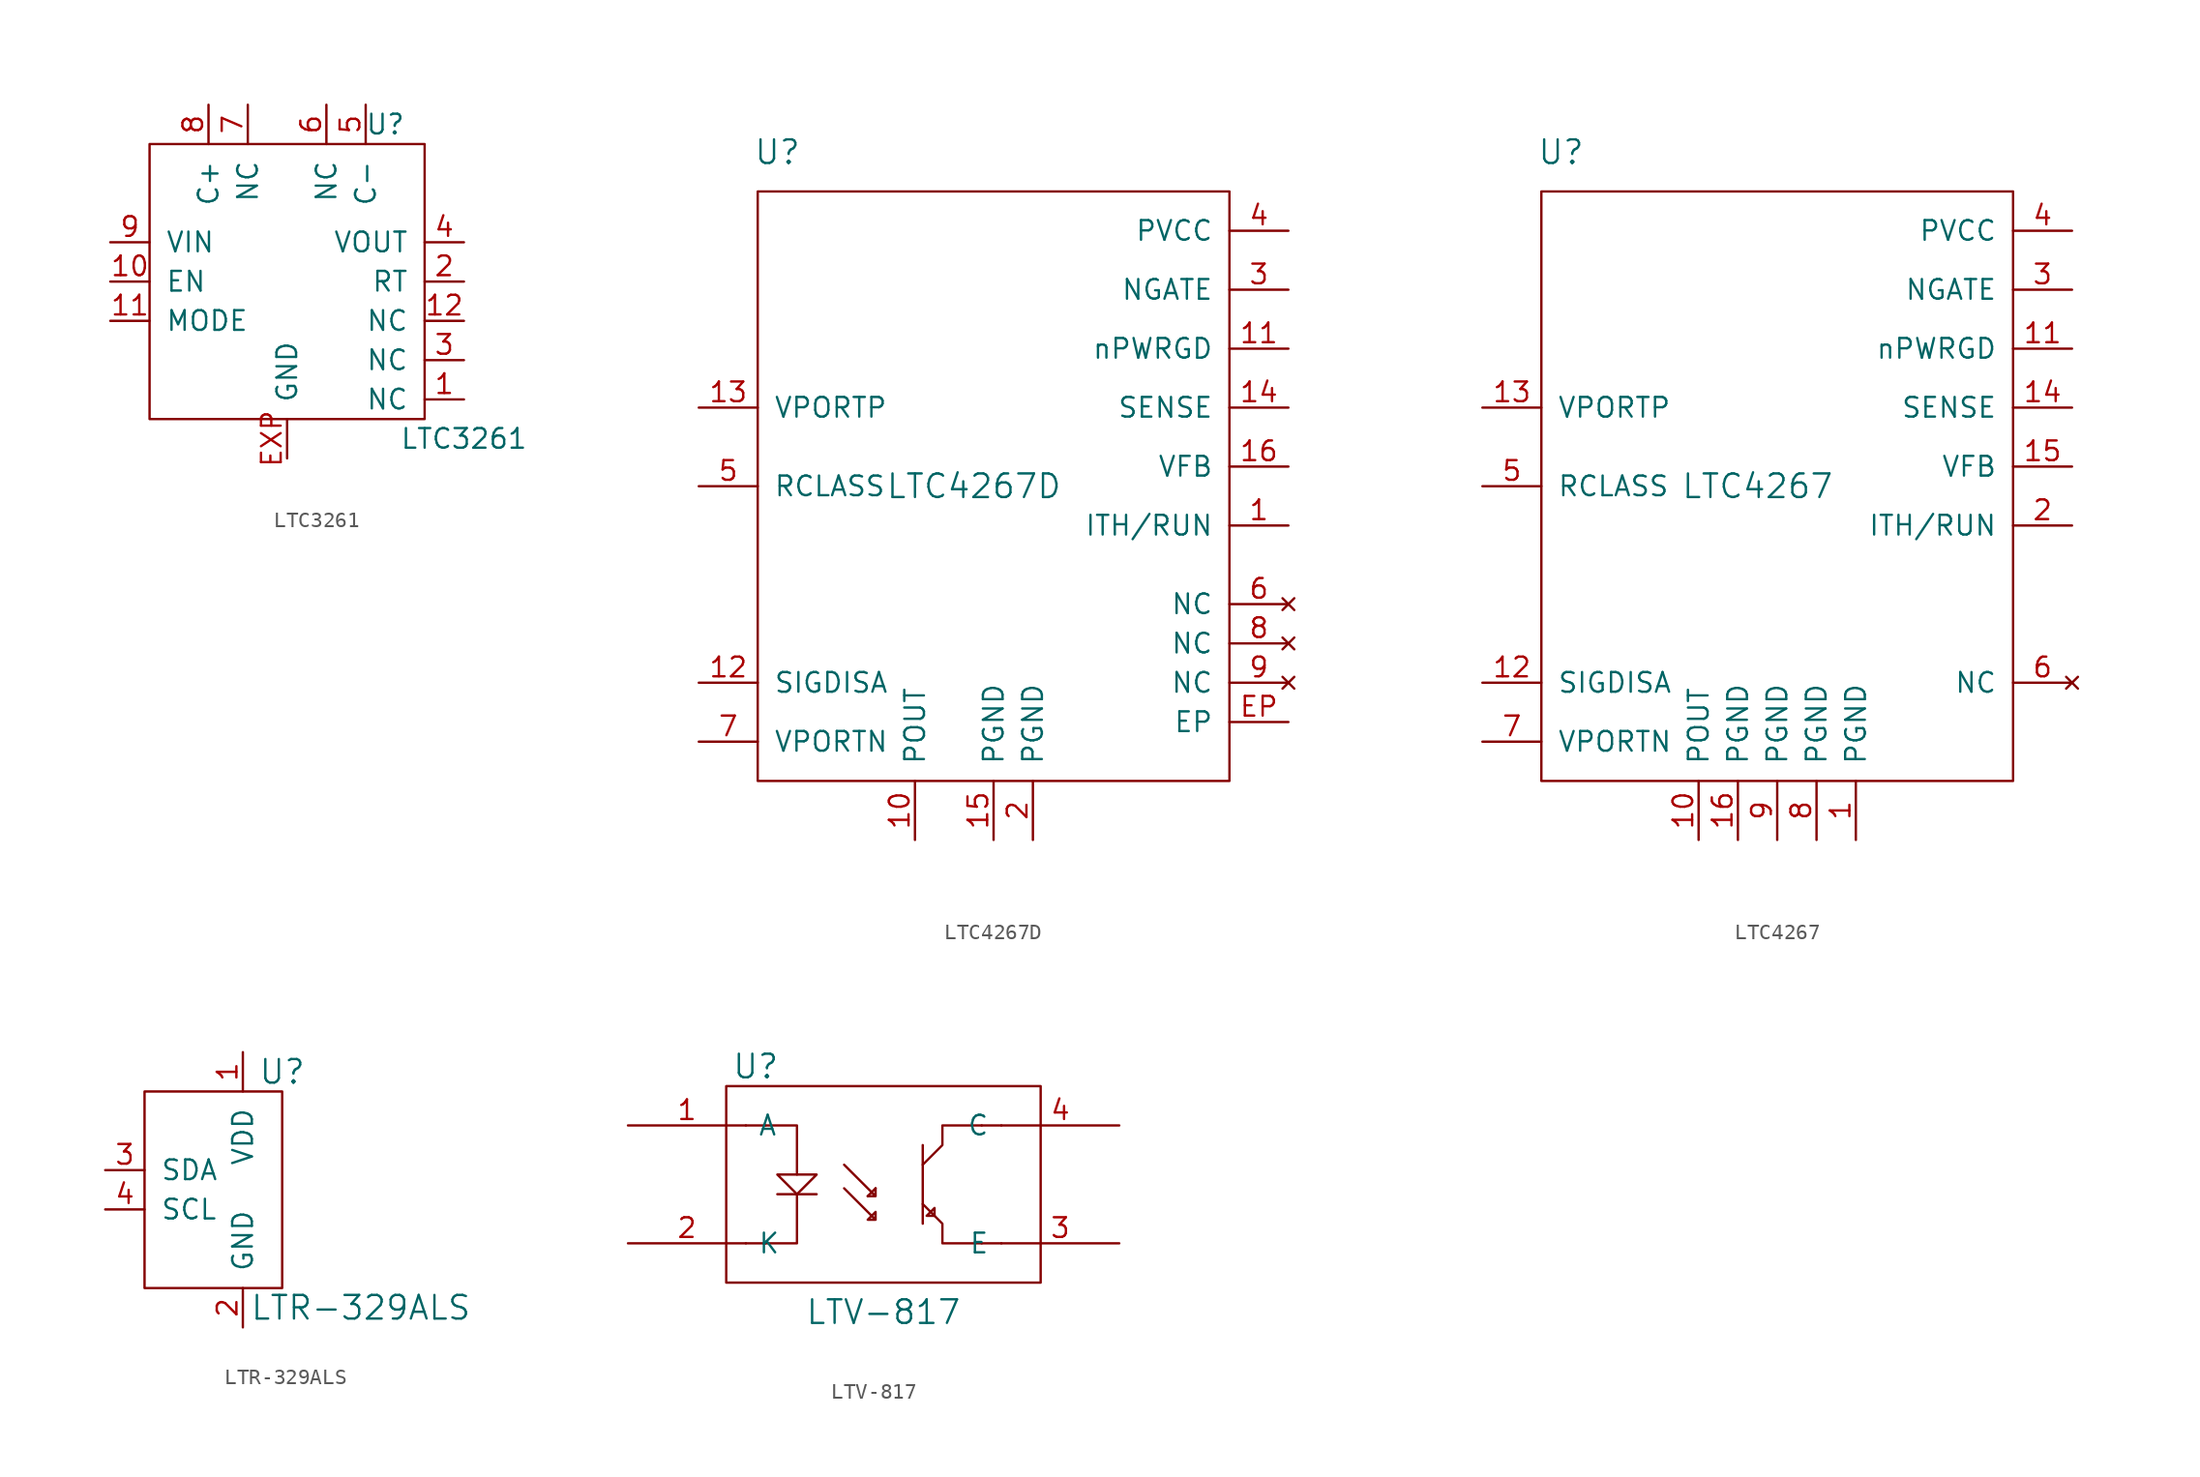
<source format=kicad_sym>
(kicad_symbol_lib
  (version 20211014)
  (generator kicad_symbol_editor)
  (symbol "LTC3261"
    (pin_names
      (offset 1.016))
    (property "Reference" "U"
      (at 6.35 8.89 0)
      (effects (font (size 1.27 1.27))))
    (property "Value" "LTC3261"
      (at 11.43 -11.43 0)
      (effects (font (size 1.27 1.27))))
    (symbol "LTC3261_0_1"
      (rectangle (start -8.89 7.62) (end 8.89 -10.16) (stroke (width 0) (type default) (color 0 0 0 0)) (fill (type none))))
    (symbol "LTC3261_1_1"
      (pin passive line (at 11.43 -8.89 180) (length 2.54) (name "NC" (effects (font (size 1.27 1.27)))) (number "1" (effects (font (size 1.27 1.27)))))
      (pin passive line (at -11.43 -1.27 0) (length 2.54) (name "EN" (effects (font (size 1.27 1.27)))) (number "10" (effects (font (size 1.27 1.27)))))
      (pin passive line (at -11.43 -3.81 0) (length 2.54) (name "MODE" (effects (font (size 1.27 1.27)))) (number "11" (effects (font (size 1.27 1.27)))))
      (pin passive line (at 11.43 -3.81 180) (length 2.54) (name "NC" (effects (font (size 1.27 1.27)))) (number "12" (effects (font (size 1.27 1.27)))))
      (pin passive line (at 11.43 -1.27 180) (length 2.54) (name "RT" (effects (font (size 1.27 1.27)))) (number "2" (effects (font (size 1.27 1.27)))))
      (pin passive line (at 11.43 -6.35 180) (length 2.54) (name "NC" (effects (font (size 1.27 1.27)))) (number "3" (effects (font (size 1.27 1.27)))))
      (pin passive line (at 11.43 1.27 180) (length 2.54) (name "VOUT" (effects (font (size 1.27 1.27)))) (number "4" (effects (font (size 1.27 1.27)))))
      (pin passive line (at 5.08 10.16 270) (length 2.54) (name "C-" (effects (font (size 1.27 1.27)))) (number "5" (effects (font (size 1.27 1.27)))))
      (pin passive line (at 2.54 10.16 270) (length 2.54) (name "NC" (effects (font (size 1.27 1.27)))) (number "6" (effects (font (size 1.27 1.27)))))
      (pin passive line (at -2.54 10.16 270) (length 2.54) (name "NC" (effects (font (size 1.27 1.27)))) (number "7" (effects (font (size 1.27 1.27)))))
      (pin passive line (at -5.08 10.16 270) (length 2.54) (name "C+" (effects (font (size 1.27 1.27)))) (number "8" (effects (font (size 1.27 1.27)))))
      (pin passive line (at -11.43 1.27 0) (length 2.54) (name "VIN" (effects (font (size 1.27 1.27)))) (number "9" (effects (font (size 1.27 1.27)))))
      (pin passive line (at 0 -12.7 90) (length 2.54) (name "GND" (effects (font (size 1.27 1.27)))) (number "EXP" (effects (font (size 1.27 1.27)))))))
  (symbol "LTC4267D"
    (pin_names
      (offset 1.016))
    (property "Reference" "U"
      (at -13.97 20.32 0)
      (effects (font (size 1.524 1.524))))
    (property "Value" "LTC4267D"
      (at -1.27 -1.27 0)
      (effects (font (size 1.524 1.524))))
    (property "Footprint" ""
      (at 0 0 0)
      (effects (font (size 1.524 1.524))))
    (property "Datasheet" ""
      (at 0 0 0)
      (effects (font (size 1.524 1.524))))
    (symbol "LTC4267D_0_1"
      (rectangle (start 15.24 17.78) (end -15.24 -20.32) (stroke (width 0) (type default) (color 0 0 0 0)) (fill (type none))))
    (symbol "LTC4267D_1_1"
      (pin passive line (at 19.05 -3.81 180) (length 3.81) (name "ITH/RUN" (effects (font (size 1.27 1.27)))) (number "1" (effects (font (size 1.27 1.27)))))
      (pin passive line (at -5.08 -24.13 90) (length 3.81) (name "POUT" (effects (font (size 1.27 1.27)))) (number "10" (effects (font (size 1.27 1.27)))))
      (pin passive line (at 19.05 7.62 180) (length 3.81) (name "nPWRGD" (effects (font (size 1.27 1.27)))) (number "11" (effects (font (size 1.27 1.27)))))
      (pin passive line (at -19.05 -13.97 0) (length 3.81) (name "SIGDISA" (effects (font (size 1.27 1.27)))) (number "12" (effects (font (size 1.27 1.27)))))
      (pin passive line (at -19.05 3.81 0) (length 3.81) (name "VPORTP" (effects (font (size 1.27 1.27)))) (number "13" (effects (font (size 1.27 1.27)))))
      (pin passive line (at 19.05 3.81 180) (length 3.81) (name "SENSE" (effects (font (size 1.27 1.27)))) (number "14" (effects (font (size 1.27 1.27)))))
      (pin passive line (at 0 -24.13 90) (length 3.81) (name "PGND" (effects (font (size 1.27 1.27)))) (number "15" (effects (font (size 1.27 1.27)))))
      (pin passive line (at 19.05 0 180) (length 3.81) (name "VFB" (effects (font (size 1.27 1.27)))) (number "16" (effects (font (size 1.27 1.27)))))
      (pin passive line (at 2.54 -24.13 90) (length 3.81) (name "PGND" (effects (font (size 1.27 1.27)))) (number "2" (effects (font (size 1.27 1.27)))))
      (pin passive line (at 19.05 11.43 180) (length 3.81) (name "NGATE" (effects (font (size 1.27 1.27)))) (number "3" (effects (font (size 1.27 1.27)))))
      (pin passive line (at 19.05 15.24 180) (length 3.81) (name "PVCC" (effects (font (size 1.27 1.27)))) (number "4" (effects (font (size 1.27 1.27)))))
      (pin passive line (at -19.05 -1.27 0) (length 3.81) (name "RCLASS" (effects (font (size 1.27 1.27)))) (number "5" (effects (font (size 1.27 1.27)))))
      (pin no_connect line (at 19.05 -8.89 180) (length 3.81) (name "NC" (effects (font (size 1.27 1.27)))) (number "6" (effects (font (size 1.27 1.27)))))
      (pin passive line (at -19.05 -17.78 0) (length 3.81) (name "VPORTN" (effects (font (size 1.27 1.27)))) (number "7" (effects (font (size 1.27 1.27)))))
      (pin no_connect line (at 19.05 -11.43 180) (length 3.81) (name "NC" (effects (font (size 1.27 1.27)))) (number "8" (effects (font (size 1.27 1.27)))))
      (pin no_connect line (at 19.05 -13.97 180) (length 3.81) (name "NC" (effects (font (size 1.27 1.27)))) (number "9" (effects (font (size 1.27 1.27)))))
      (pin passive line (at 19.05 -16.51 180) (length 3.81) (name "EP" (effects (font (size 1.27 1.27)))) (number "EP" (effects (font (size 1.27 1.27)))))))
  (symbol "LTC4267"
    (pin_names
      (offset 1.016))
    (property "Reference" "U"
      (at -13.97 20.32 0)
      (effects (font (size 1.524 1.524))))
    (property "Value" "LTC4267"
      (at -1.27 -1.27 0)
      (effects (font (size 1.524 1.524))))
    (property "Footprint" ""
      (at 0 0 0)
      (effects (font (size 1.524 1.524))))
    (property "Datasheet" ""
      (at 0 0 0)
      (effects (font (size 1.524 1.524))))
    (symbol "LTC4267_0_1"
      (rectangle (start 15.24 17.78) (end -15.24 -20.32) (stroke (width 0) (type default) (color 0 0 0 0)) (fill (type none))))
    (symbol "LTC4267_1_1"
      (pin passive line (at 5.08 -24.13 90) (length 3.81) (name "PGND" (effects (font (size 1.27 1.27)))) (number "1" (effects (font (size 1.27 1.27)))))
      (pin passive line (at -5.08 -24.13 90) (length 3.81) (name "POUT" (effects (font (size 1.27 1.27)))) (number "10" (effects (font (size 1.27 1.27)))))
      (pin passive line (at 19.05 7.62 180) (length 3.81) (name "nPWRGD" (effects (font (size 1.27 1.27)))) (number "11" (effects (font (size 1.27 1.27)))))
      (pin passive line (at -19.05 -13.97 0) (length 3.81) (name "SIGDISA" (effects (font (size 1.27 1.27)))) (number "12" (effects (font (size 1.27 1.27)))))
      (pin passive line (at -19.05 3.81 0) (length 3.81) (name "VPORTP" (effects (font (size 1.27 1.27)))) (number "13" (effects (font (size 1.27 1.27)))))
      (pin passive line (at 19.05 3.81 180) (length 3.81) (name "SENSE" (effects (font (size 1.27 1.27)))) (number "14" (effects (font (size 1.27 1.27)))))
      (pin passive line (at 19.05 0 180) (length 3.81) (name "VFB" (effects (font (size 1.27 1.27)))) (number "15" (effects (font (size 1.27 1.27)))))
      (pin passive line (at -2.54 -24.13 90) (length 3.81) (name "PGND" (effects (font (size 1.27 1.27)))) (number "16" (effects (font (size 1.27 1.27)))))
      (pin passive line (at 19.05 -3.81 180) (length 3.81) (name "ITH/RUN" (effects (font (size 1.27 1.27)))) (number "2" (effects (font (size 1.27 1.27)))))
      (pin passive line (at 19.05 11.43 180) (length 3.81) (name "NGATE" (effects (font (size 1.27 1.27)))) (number "3" (effects (font (size 1.27 1.27)))))
      (pin passive line (at 19.05 15.24 180) (length 3.81) (name "PVCC" (effects (font (size 1.27 1.27)))) (number "4" (effects (font (size 1.27 1.27)))))
      (pin passive line (at -19.05 -1.27 0) (length 3.81) (name "RCLASS" (effects (font (size 1.27 1.27)))) (number "5" (effects (font (size 1.27 1.27)))))
      (pin no_connect line (at 19.05 -13.97 180) (length 3.81) (name "NC" (effects (font (size 1.27 1.27)))) (number "6" (effects (font (size 1.27 1.27)))))
      (pin passive line (at -19.05 -17.78 0) (length 3.81) (name "VPORTN" (effects (font (size 1.27 1.27)))) (number "7" (effects (font (size 1.27 1.27)))))
      (pin passive line (at 2.54 -24.13 90) (length 3.81) (name "PGND" (effects (font (size 1.27 1.27)))) (number "8" (effects (font (size 1.27 1.27)))))
      (pin passive line (at 0 -24.13 90) (length 3.81) (name "PGND" (effects (font (size 1.27 1.27)))) (number "9" (effects (font (size 1.27 1.27)))))))
  (symbol "LTR-329ALS"
    (pin_names
      (offset 1.016))
    (property "Reference" "U"
      (at 2.54 7.62 0)
      (effects (font (size 1.524 1.524))))
    (property "Value" "LTR-329ALS"
      (at 7.62 -7.62 0)
      (effects (font (size 1.524 1.524))))
    (property "Footprint" ""
      (at 0 0 0)
      (effects (font (size 1.524 1.524))))
    (property "Datasheet" ""
      (at 0 0 0)
      (effects (font (size 1.524 1.524))))
    (symbol "LTR-329ALS_0_1"
      (rectangle (start -6.35 6.35) (end 2.54 -6.35) (stroke (width 0) (type default) (color 0 0 0 0)) (fill (type none))))
    (symbol "LTR-329ALS_1_1"
      (pin input line (at 0 8.89 270) (length 2.54) (name "VDD" (effects (font (size 1.27 1.27)))) (number "1" (effects (font (size 1.27 1.27)))))
      (pin input line (at 0 -8.89 90) (length 2.54) (name "GND" (effects (font (size 1.27 1.27)))) (number "2" (effects (font (size 1.27 1.27)))))
      (pin passive line (at -8.89 1.27 0) (length 2.54) (name "SDA" (effects (font (size 1.27 1.27)))) (number "3" (effects (font (size 1.27 1.27)))))
      (pin passive line (at -8.89 -1.27 0) (length 2.54) (name "SCL" (effects (font (size 1.27 1.27)))) (number "4" (effects (font (size 1.27 1.27)))))))
  (symbol "LTV-817"
    (pin_names
      (offset 0.762))
    (property "Reference" "U"
      (at -8.255 7.62 0)
      (effects (font (size 1.524 1.524))))
    (property "Value" "LTV-817"
      (at 0 -8.255 0)
      (effects (font (size 1.524 1.524))))
    (property "Footprint" ""
      (at 0 -10.16 0)
      (effects (font (size 1.524 1.524))))
    (property "Datasheet" ""
      (at 0 -10.16 0)
      (effects (font (size 1.524 1.524))))
    (symbol "LTV-817_0_1"
      (rectangle (start -10.16 6.35) (end 10.16 -6.35) (stroke (width 0) (type default) (color 0 0 0 0)) (fill (type none)))
      (polyline (pts (xy -6.858 -0.635) (xy -4.318 -0.635)) (stroke (width 0) (type default) (color 0 0 0 0)) (fill (type none)))
      (polyline (pts (xy -8.89 -3.81) (xy -7.62 -3.81) (xy -7.62 -3.81)) (stroke (width 0) (type default) (color 0 0 0 0)) (fill (type none)))
      (polyline (pts (xy -8.89 3.81) (xy -7.62 3.81) (xy -7.62 3.81)) (stroke (width 0) (type default) (color 0 0 0 0)) (fill (type none)))
      (polyline (pts (xy -7.62 -3.81) (xy -5.588 -3.81) (xy -5.588 -0.635)) (stroke (width 0) (type default) (color 0 0 0 0)) (fill (type none)))
      (polyline (pts (xy -5.588 0.635) (xy -5.588 3.81) (xy -7.62 3.81)) (stroke (width 0) (type default) (color 0 0 0 0)) (fill (type none)))
      (polyline (pts (xy -1.016 -0.762) (xy -0.508 -0.254) (xy -0.508 -0.254)) (stroke (width 0) (type default) (color 0 0 0 0)) (fill (type none)))
      (polyline (pts (xy 2.54 2.54) (xy 2.54 -2.54) (xy 2.54 -2.54)) (stroke (width 0) (type default) (color 0 0 0 0)) (fill (type none)))
      (polyline (pts (xy 7.62 -3.81) (xy 6.35 -3.81) (xy 6.35 -3.81)) (stroke (width 0) (type default) (color 0 0 0 0)) (fill (type none)))
      (polyline (pts (xy 7.62 3.81) (xy 6.35 3.81) (xy 6.35 3.81)) (stroke (width 0) (type default) (color 0 0 0 0)) (fill (type none)))
      (polyline (pts (xy -6.858 0.635) (xy -5.588 0.635) (xy -4.318 0.635) (xy -5.588 -0.635) (xy -6.858 0.635)) (stroke (width 0) (type default) (color 0 0 0 0)) (fill (type none)))
      (polyline (pts (xy 2.54 -1.27) (xy 3.81 -2.54) (xy 3.81 -3.81) (xy 6.35 -3.81) (xy 6.35 -3.81)) (stroke (width 0) (type default) (color 0 0 0 0)) (fill (type none)))
      (polyline (pts (xy 2.54 1.27) (xy 3.81 2.54) (xy 3.81 3.81) (xy 6.35 3.81) (xy 6.35 3.81)) (stroke (width 0) (type default) (color 0 0 0 0)) (fill (type none)))
      (polyline (pts (xy 2.794 -2.032) (xy 3.302 -1.524) (xy 3.302 -2.032) (xy 2.794 -2.032) (xy 2.794 -2.032)) (stroke (width 0) (type default) (color 0 0 0 0)) (fill (type none)))
      (polyline (pts (xy -2.54 1.27) (xy -0.508 -0.762) (xy -0.508 -0.254) (xy -0.508 -0.762) (xy -1.016 -0.762) (xy -1.016 -0.762)) (stroke (width 0) (type default) (color 0 0 0 0)) (fill (type none)))
      (polyline (pts (xy -2.54 -0.254) (xy -0.508 -2.286) (xy -0.508 -1.778) (xy -0.508 -2.286) (xy -1.016 -2.286) (xy -0.508 -1.778) (xy -0.508 -1.778)) (stroke (width 0) (type default) (color 0 0 0 0)) (fill (type none))))
    (symbol "LTV-817_1_1"
      (pin input line (at -16.51 3.81 0) (length 7.62) (name "A" (effects (font (size 1.27 1.27)))) (number "1" (effects (font (size 1.27 1.27)))))
      (pin input line (at -16.51 -3.81 0) (length 7.62) (name "K" (effects (font (size 1.27 1.27)))) (number "2" (effects (font (size 1.27 1.27)))))
      (pin passive line (at 15.24 -3.81 180) (length 7.62) (name "E" (effects (font (size 1.27 1.27)))) (number "3" (effects (font (size 1.27 1.27)))))
      (pin passive line (at 15.24 3.81 180) (length 7.62) (name "C" (effects (font (size 1.27 1.27)))) (number "4" (effects (font (size 1.27 1.27))))))))
</source>
